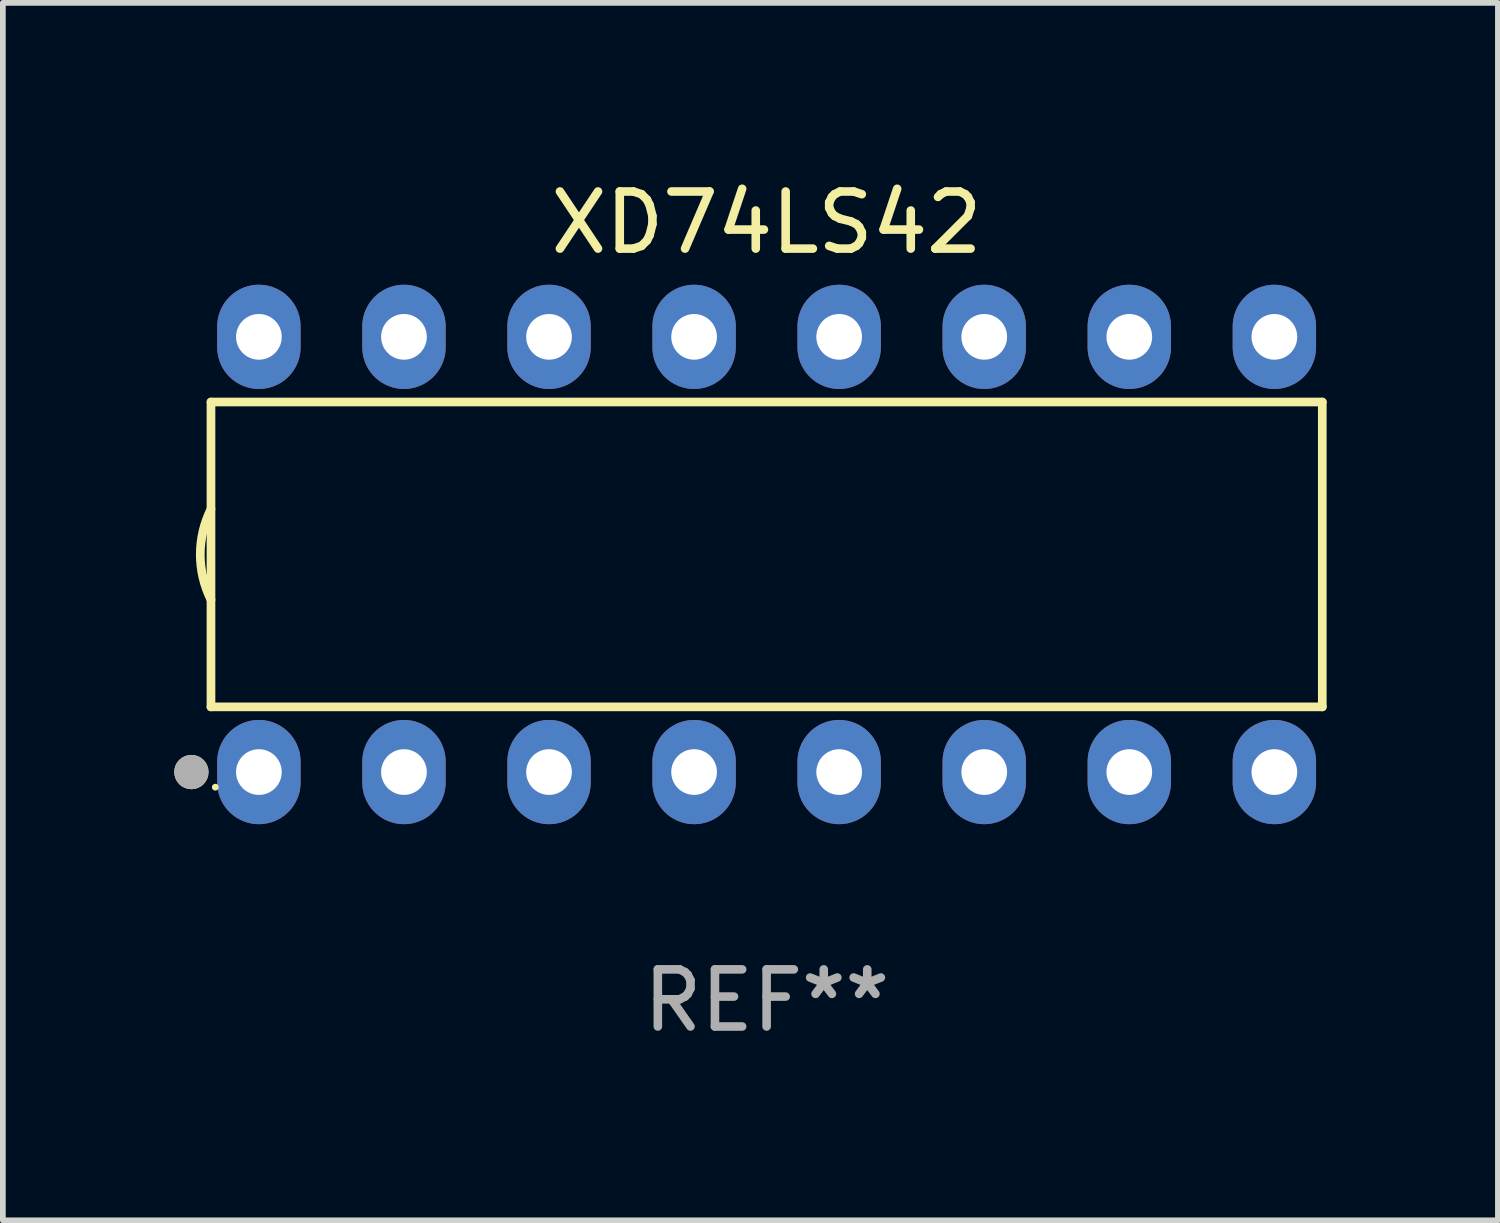
<source format=kicad_pcb>
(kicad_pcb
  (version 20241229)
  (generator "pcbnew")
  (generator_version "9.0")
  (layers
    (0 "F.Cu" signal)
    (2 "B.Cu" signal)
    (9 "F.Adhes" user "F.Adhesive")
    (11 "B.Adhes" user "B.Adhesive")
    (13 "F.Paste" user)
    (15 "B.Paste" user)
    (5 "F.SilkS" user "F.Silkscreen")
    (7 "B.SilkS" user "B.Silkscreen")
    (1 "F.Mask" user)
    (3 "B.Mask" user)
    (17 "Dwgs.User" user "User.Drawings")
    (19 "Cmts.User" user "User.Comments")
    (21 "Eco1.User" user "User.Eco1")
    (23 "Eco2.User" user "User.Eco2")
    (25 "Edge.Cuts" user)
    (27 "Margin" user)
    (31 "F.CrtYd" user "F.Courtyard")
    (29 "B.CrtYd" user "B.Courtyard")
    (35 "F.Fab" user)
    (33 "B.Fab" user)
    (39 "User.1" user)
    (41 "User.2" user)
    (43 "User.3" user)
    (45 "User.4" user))
  (footprint "XD74LS42"
    (layer "F.Cu")
    (at 10.373 6.658)
    (property "Reference" "XD74LS42" (at 0 -5.81 0) (layer "F.SilkS") (effects (font (size 1 1) (thickness 0.15))))
    (attr through_hole)
    (fp_line (start -9.729 -2.669) (end 9.729 -2.669) (stroke (width 0.152) (type solid)) (layer "F.SilkS"))
    (fp_line (start -9.729 2.669) (end -9.729 -2.669) (stroke (width 0.152) (type solid)) (layer "F.SilkS"))
    (fp_line (start 9.729 -2.669) (end 9.729 2.669) (stroke (width 0.152) (type solid)) (layer "F.SilkS"))
    (fp_line (start 9.729 2.669) (end -9.729 2.669) (stroke (width 0.152) (type solid)) (layer "F.SilkS"))
    (fp_arc (start -9.728727 0.793751) (mid -9.916106 0) (end -9.728727 -0.793752) (stroke (width 0.1524) (type solid)) (layer "F.SilkS"))
    (fp_circle (center -10.072 3.81) (end -9.922 3.81) (stroke (width 0.3) (type solid)) (fill no) (layer "F.SilkS"))
    (fp_circle (center -9.653 4.075) (end -9.623 4.075) (stroke (width 0.06) (type solid)) (fill no) (layer "F.SilkS"))
    (fp_circle (center -10.072 3.81) (end -9.922 3.81) (stroke (width 0.3) (type solid)) (fill no) (layer "F.Fab"))
    (fp_text user "REF**" (at 0 7.81 0) (layer "F.Fab") (effects (font (size 1 1) (thickness 0.15))))
    (pad "1" thru_hole oval (at -8.89 3.81) (size 1.46 1.825) (drill 0.8) (layers "*.Cu" "*.Mask"))
    (pad "2" thru_hole oval (at -6.35 3.81) (size 1.46 1.825) (drill 0.8) (layers "*.Cu" "*.Mask"))
    (pad "3" thru_hole oval (at -3.81 3.81) (size 1.46 1.825) (drill 0.8) (layers "*.Cu" "*.Mask"))
    (pad "4" thru_hole oval (at -1.27 3.81) (size 1.46 1.825) (drill 0.8) (layers "*.Cu" "*.Mask"))
    (pad "5" thru_hole oval (at 1.27 3.81) (size 1.46 1.825) (drill 0.8) (layers "*.Cu" "*.Mask"))
    (pad "6" thru_hole oval (at 3.81 3.81) (size 1.46 1.825) (drill 0.8) (layers "*.Cu" "*.Mask"))
    (pad "7" thru_hole oval (at 6.35 3.81) (size 1.46 1.825) (drill 0.8) (layers "*.Cu" "*.Mask"))
    (pad "8" thru_hole oval (at 8.89 3.81) (size 1.46 1.825) (drill 0.8) (layers "*.Cu" "*.Mask"))
    (pad "9" thru_hole oval (at 8.89 -3.81) (size 1.46 1.825) (drill 0.8) (layers "*.Cu" "*.Mask"))
    (pad "10" thru_hole oval (at 6.35 -3.81) (size 1.46 1.825) (drill 0.8) (layers "*.Cu" "*.Mask"))
    (pad "11" thru_hole oval (at 3.81 -3.81) (size 1.46 1.825) (drill 0.8) (layers "*.Cu" "*.Mask"))
    (pad "12" thru_hole oval (at 1.27 -3.81) (size 1.46 1.825) (drill 0.8) (layers "*.Cu" "*.Mask"))
    (pad "13" thru_hole oval (at -1.27 -3.81) (size 1.46 1.825) (drill 0.8) (layers "*.Cu" "*.Mask"))
    (pad "14" thru_hole oval (at -3.81 -3.81) (size 1.46 1.825) (drill 0.8) (layers "*.Cu" "*.Mask"))
    (pad "15" thru_hole oval (at -6.35 -3.81) (size 1.46 1.825) (drill 0.8) (layers "*.Cu" "*.Mask"))
    (pad "16" thru_hole oval (at -8.89 -3.81) (size 1.46 1.825) (drill 0.8) (layers "*.Cu" "*.Mask")))
  (gr_rect
    (start -3 -3)
    (end 23.177 18.317)
    (stroke (width 0.1) (type default))
    (fill no)
    (layer "Edge.Cuts")))
</source>
